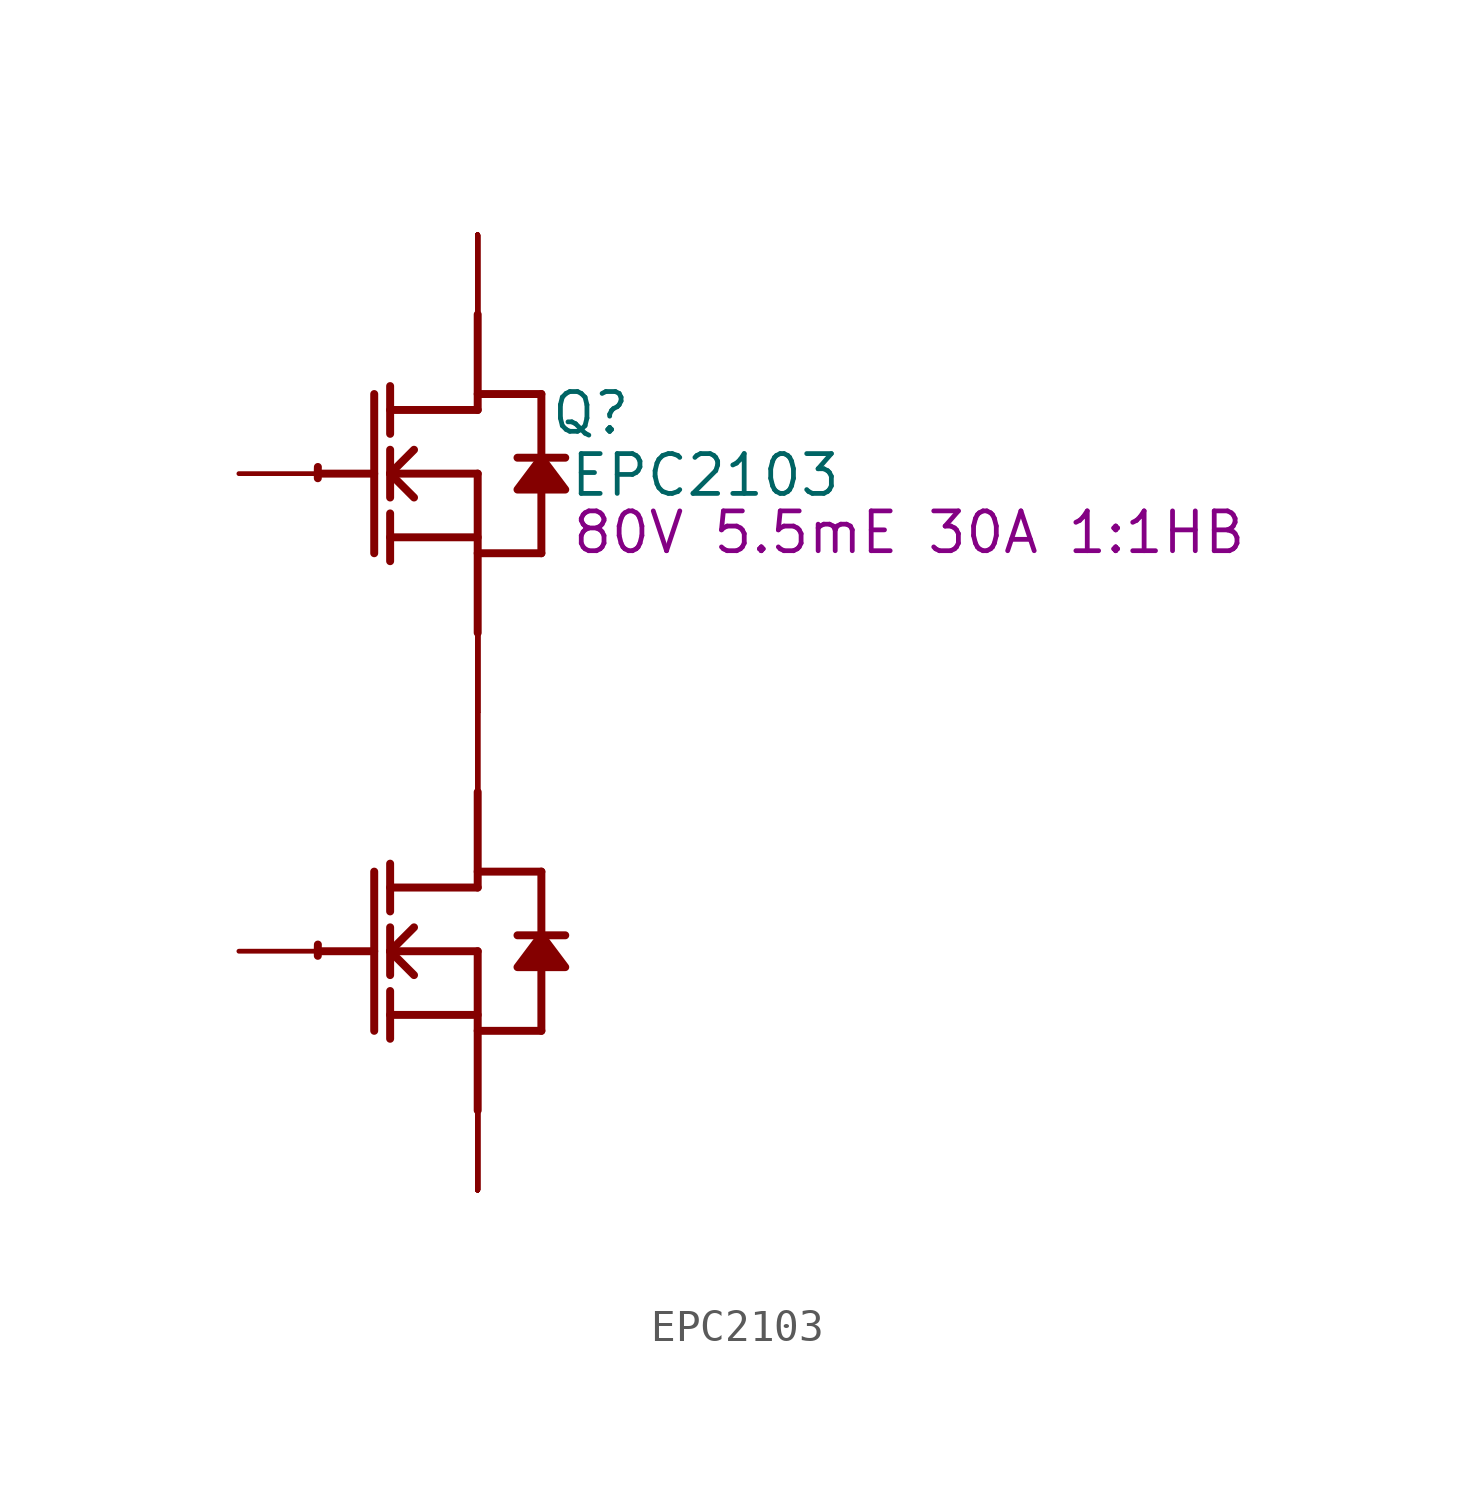
<source format=kicad_sym>
(kicad_symbol_lib
  (version 20231120)
  (generator "kicad_symbol_editor")
  (generator_version "8.0")
  (symbol "EPC2103"
    (property "Reference" "Q"
      (at 3.607 1.93 0)
      (effects (font (size 1.27 1.27))))
    (property "Value" "EPC2103"
      (at 7.264 -0.051 0)
      (effects (font (size 1.27 1.27))))
    (property "Description" "80V 5.5mE 30A 1:1HB"
      (at 13.767 -1.88 0)
      (effects (font (size 1.27 1.27))))
    (symbol "EPC2103_1_0"
      (arc (start -5.0996 -15.0272) (mid -5.1039 -15.2069) (end -5.1019 -15.3867) (stroke (width 0.254) (type solid)) (fill (type none)))
      (arc (start -5.0996 0.2128) (mid -5.1039 0.0331) (end -5.1019 -0.1467) (stroke (width 0.254) (type solid)) (fill (type none)))
      (polyline (pts (xy -5.08 -15.24) (xy -3.302 -15.24)) (stroke (width 0.254) (type solid)) (fill (type none)))
      (polyline (pts (xy -5.08 0) (xy -3.302 0)) (stroke (width 0.254) (type solid)) (fill (type none)))
      (polyline (pts (xy -3.302 -12.7) (xy -3.302 -17.78)) (stroke (width 0.254) (type solid)) (fill (type none)))
      (polyline (pts (xy -3.302 2.54) (xy -3.302 -2.54)) (stroke (width 0.254) (type solid)) (fill (type none)))
      (polyline (pts (xy -2.794 -18.034) (xy -2.794 -16.51)) (stroke (width 0.254) (type solid)) (fill (type none)))
      (polyline (pts (xy -2.794 -17.272) (xy 0 -17.272)) (stroke (width 0.254) (type solid)) (fill (type none)))
      (polyline (pts (xy -2.794 -16.002) (xy -2.794 -14.478)) (stroke (width 0.254) (type solid)) (fill (type none)))
      (polyline (pts (xy -2.794 -15.24) (xy -2.032 -14.478)) (stroke (width 0.254) (type solid)) (fill (type none)))
      (polyline (pts (xy -2.794 -15.24) (xy 0 -15.24)) (stroke (width 0.254) (type solid)) (fill (type none)))
      (polyline (pts (xy -2.794 -13.97) (xy -2.794 -12.446)) (stroke (width 0.254) (type solid)) (fill (type none)))
      (polyline (pts (xy -2.794 -2.794) (xy -2.794 -1.27)) (stroke (width 0.254) (type solid)) (fill (type none)))
      (polyline (pts (xy -2.794 -2.032) (xy 0 -2.032)) (stroke (width 0.254) (type solid)) (fill (type none)))
      (polyline (pts (xy -2.794 -0.762) (xy -2.794 0.762)) (stroke (width 0.254) (type solid)) (fill (type none)))
      (polyline (pts (xy -2.794 0) (xy -2.032 0.762)) (stroke (width 0.254) (type solid)) (fill (type none)))
      (polyline (pts (xy -2.794 0) (xy 0 0)) (stroke (width 0.254) (type solid)) (fill (type none)))
      (polyline (pts (xy -2.794 1.27) (xy -2.794 2.794)) (stroke (width 0.254) (type solid)) (fill (type none)))
      (polyline (pts (xy -2.032 -16.002) (xy -2.794 -15.24)) (stroke (width 0.254) (type solid)) (fill (type none)))
      (polyline (pts (xy -2.032 -0.762) (xy -2.794 0)) (stroke (width 0.254) (type solid)) (fill (type none)))
      (polyline (pts (xy 0 -17.78) (xy 2.032 -17.78)) (stroke (width 0.254) (type solid)) (fill (type none)))
      (polyline (pts (xy 0 -15.24) (xy 0 -20.32)) (stroke (width 0.254) (type solid)) (fill (type none)))
      (polyline (pts (xy 0 -13.208) (xy -2.794 -13.208)) (stroke (width 0.254) (type solid)) (fill (type none)))
      (polyline (pts (xy 0 -13.208) (xy 0 -10.16)) (stroke (width 0.254) (type solid)) (fill (type none)))
      (polyline (pts (xy 0 -12.7) (xy 2.032 -12.7)) (stroke (width 0.254) (type solid)) (fill (type none)))
      (polyline (pts (xy 0 -2.54) (xy 2.032 -2.54)) (stroke (width 0.254) (type solid)) (fill (type none)))
      (polyline (pts (xy 0 0) (xy 0 -5.08)) (stroke (width 0.254) (type solid)) (fill (type none)))
      (polyline (pts (xy 0 2.032) (xy -2.794 2.032)) (stroke (width 0.254) (type solid)) (fill (type none)))
      (polyline (pts (xy 0 2.032) (xy 0 5.08)) (stroke (width 0.254) (type solid)) (fill (type none)))
      (polyline (pts (xy 0 2.54) (xy 2.032 2.54)) (stroke (width 0.254) (type solid)) (fill (type none)))
      (polyline (pts (xy 2.032 -15.748) (xy 2.032 -17.78)) (stroke (width 0.254) (type solid)) (fill (type none)))
      (polyline (pts (xy 2.032 -12.7) (xy 2.032 -14.732)) (stroke (width 0.254) (type solid)) (fill (type none)))
      (polyline (pts (xy 2.032 -0.508) (xy 2.032 -2.54)) (stroke (width 0.254) (type solid)) (fill (type none)))
      (polyline (pts (xy 2.032 2.54) (xy 2.032 0.508)) (stroke (width 0.254) (type solid)) (fill (type none)))
      (polyline (pts (xy 2.794 -14.732) (xy 1.27 -14.732)) (stroke (width 0.254) (type solid)) (fill (type none)))
      (polyline (pts (xy 2.794 0.508) (xy 1.27 0.508)) (stroke (width 0.254) (type solid)) (fill (type none)))
      (polyline (pts (xy 2.032 -14.732) (xy 1.27 -15.748) (xy 2.794 -15.748) (xy 2.032 -14.732)) (stroke (width 0.254) (type solid)) (fill (type outline)))
      (polyline (pts (xy 2.032 0.508) (xy 1.27 -0.508) (xy 2.794 -0.508) (xy 2.032 0.508)) (stroke (width 0.254) (type solid)) (fill (type outline)))
      (pin open_collector line (at 0 7.62 270) (length 2.54) (name "D1" (effects (font (size 0 0)))) (number "1" (effects (font (size 0 0)))))
      (pin open_collector line (at 0 -7.62 270) (length 2.54) (name "D2" (effects (font (size 0 0)))) (number "10" (effects (font (size 0 0)))))
      (pin open_collector line (at 0 7.62 270) (length 2.54) (name "D1" (effects (font (size 0 0)))) (number "11" (effects (font (size 0 0)))))
      (pin open_emitter line (at 0 7.62 270) (length 2.54) (name "D1" (effects (font (size 0 0)))) (number "12" (effects (font (size 0 0)))))
      (pin open_emitter line (at 0 7.62 270) (length 2.54) (name "D1" (effects (font (size 0 0)))) (number "13" (effects (font (size 0 0)))))
      (pin open_emitter line (at 0 -22.86 90) (length 2.54) (name "S2" (effects (font (size 0 0)))) (number "14" (effects (font (size 0 0)))))
      (pin open_emitter line (at 0 -22.86 90) (length 2.54) (name "S2" (effects (font (size 0 0)))) (number "15" (effects (font (size 0 0)))))
      (pin open_emitter line (at 0 -7.62 90) (length 2.54) (name "S1" (effects (font (size 0 0)))) (number "16" (effects (font (size 0 0)))))
      (pin open_collector line (at 0 -7.62 90) (length 2.54) (name "S1" (effects (font (size 0 0)))) (number "17" (effects (font (size 0 0)))))
      (pin open_collector line (at 0 -7.62 90) (length 2.54) (name "S1" (effects (font (size 0 0)))) (number "18" (effects (font (size 0 0)))))
      (pin open_collector line (at 0 -7.62 270) (length 2.54) (name "D2" (effects (font (size 0 0)))) (number "19" (effects (font (size 0 0)))))
      (pin passive line (at -7.62 0 0) (length 2.54) (name "G1" (effects (font (size 0 0)))) (number "2" (effects (font (size 0 0)))))
      (pin open_collector line (at 0 -7.62 270) (length 2.54) (name "D2" (effects (font (size 0 0)))) (number "20" (effects (font (size 0 0)))))
      (pin open_collector line (at 0 7.62 270) (length 2.54) (name "D1" (effects (font (size 0 0)))) (number "21" (effects (font (size 0 0)))))
      (pin open_emitter line (at 0 7.62 270) (length 2.54) (name "D1" (effects (font (size 0 0)))) (number "22" (effects (font (size 0 0)))))
      (pin open_emitter line (at 0 7.62 270) (length 2.54) (name "D1" (effects (font (size 0 0)))) (number "23" (effects (font (size 0 0)))))
      (pin open_emitter line (at 0 -22.86 90) (length 2.54) (name "S2" (effects (font (size 0 0)))) (number "24" (effects (font (size 0 0)))))
      (pin open_emitter line (at 0 -22.86 90) (length 2.54) (name "S2" (effects (font (size 0 0)))) (number "25" (effects (font (size 0 0)))))
      (pin open_emitter line (at 0 -7.62 90) (length 2.54) (name "S1" (effects (font (size 0 0)))) (number "26" (effects (font (size 0 0)))))
      (pin open_collector line (at 0 -7.62 90) (length 2.54) (name "S1" (effects (font (size 0 0)))) (number "27" (effects (font (size 0 0)))))
      (pin open_collector line (at 0 -7.62 90) (length 2.54) (name "S1" (effects (font (size 0 0)))) (number "28" (effects (font (size 0 0)))))
      (pin open_collector line (at 0 -7.62 270) (length 2.54) (name "D2" (effects (font (size 0 0)))) (number "29" (effects (font (size 0 0)))))
      (pin passive line (at 0 -7.62 90) (length 2.54) (name "SG1" (effects (font (size 0 0)))) (number "3" (effects (font (size 0 0)))))
      (pin open_collector line (at 0 -7.62 270) (length 2.54) (name "D2" (effects (font (size 0 0)))) (number "30" (effects (font (size 0 0)))))
      (pin open_collector line (at 0 7.62 270) (length 2.54) (name "D1" (effects (font (size 0 0)))) (number "31" (effects (font (size 0 0)))))
      (pin open_emitter line (at 0 7.62 270) (length 2.54) (name "D1" (effects (font (size 0 0)))) (number "32" (effects (font (size 0 0)))))
      (pin open_emitter line (at 0 7.62 270) (length 2.54) (name "D1" (effects (font (size 0 0)))) (number "33" (effects (font (size 0 0)))))
      (pin open_emitter line (at 0 -22.86 90) (length 2.54) (name "S2" (effects (font (size 0 0)))) (number "34" (effects (font (size 0 0)))))
      (pin open_emitter line (at 0 -22.86 90) (length 2.54) (name "S2" (effects (font (size 0 0)))) (number "35" (effects (font (size 0 0)))))
      (pin open_emitter line (at 0 -7.62 90) (length 2.54) (name "S1" (effects (font (size 0 0)))) (number "36" (effects (font (size 0 0)))))
      (pin open_collector line (at 0 -7.62 90) (length 2.54) (name "S1" (effects (font (size 0 0)))) (number "37" (effects (font (size 0 0)))))
      (pin open_collector line (at 0 -7.62 90) (length 2.54) (name "S1" (effects (font (size 0 0)))) (number "38" (effects (font (size 0 0)))))
      (pin open_collector line (at 0 -7.62 270) (length 2.54) (name "D2" (effects (font (size 0 0)))) (number "39" (effects (font (size 0 0)))))
      (pin passive line (at -7.62 -15.24 0) (length 2.54) (name "G2" (effects (font (size 0 0)))) (number "4" (effects (font (size 0 0)))))
      (pin open_collector line (at 0 -7.62 270) (length 2.54) (name "D2" (effects (font (size 0 0)))) (number "40" (effects (font (size 0 0)))))
      (pin open_collector line (at 0 7.62 270) (length 2.54) (name "D1" (effects (font (size 0 0)))) (number "41" (effects (font (size 0 0)))))
      (pin open_emitter line (at 0 7.62 270) (length 2.54) (name "D1" (effects (font (size 0 0)))) (number "42" (effects (font (size 0 0)))))
      (pin open_emitter line (at 0 -22.86 90) (length 2.54) (name "S2" (effects (font (size 0 0)))) (number "43" (effects (font (size 0 0)))))
      (pin open_emitter line (at 0 -22.86 90) (length 2.54) (name "S2" (effects (font (size 0 0)))) (number "44" (effects (font (size 0 0)))))
      (pin open_emitter line (at 0 -22.86 90) (length 2.54) (name "S2" (effects (font (size 0 0)))) (number "45" (effects (font (size 0 0)))))
      (pin open_emitter line (at 0 -7.62 90) (length 2.54) (name "S1" (effects (font (size 0 0)))) (number "46" (effects (font (size 0 0)))))
      (pin open_collector line (at 0 -7.62 90) (length 2.54) (name "S1" (effects (font (size 0 0)))) (number "47" (effects (font (size 0 0)))))
      (pin open_collector line (at 0 -7.62 90) (length 2.54) (name "S1" (effects (font (size 0 0)))) (number "48" (effects (font (size 0 0)))))
      (pin open_collector line (at 0 -7.62 270) (length 2.54) (name "D2" (effects (font (size 0 0)))) (number "49" (effects (font (size 0 0)))))
      (pin open_emitter line (at 0 -22.86 90) (length 2.54) (name "S2" (effects (font (size 0 0)))) (number "5" (effects (font (size 0 0)))))
      (pin open_collector line (at 0 -7.62 270) (length 2.54) (name "D2" (effects (font (size 0 0)))) (number "50" (effects (font (size 0 0)))))
      (pin open_collector line (at 0 7.62 270) (length 2.54) (name "D1" (effects (font (size 0 0)))) (number "51" (effects (font (size 0 0)))))
      (pin open_emitter line (at 0 7.62 270) (length 2.54) (name "D1" (effects (font (size 0 0)))) (number "52" (effects (font (size 0 0)))))
      (pin open_emitter line (at 0 -22.86 90) (length 2.54) (name "S2" (effects (font (size 0 0)))) (number "53" (effects (font (size 0 0)))))
      (pin open_emitter line (at 0 -22.86 90) (length 2.54) (name "S2" (effects (font (size 0 0)))) (number "54" (effects (font (size 0 0)))))
      (pin open_emitter line (at 0 -22.86 90) (length 2.54) (name "S2" (effects (font (size 0 0)))) (number "55" (effects (font (size 0 0)))))
      (pin open_emitter line (at 0 -7.62 90) (length 2.54) (name "S1" (effects (font (size 0 0)))) (number "56" (effects (font (size 0 0)))))
      (pin open_collector line (at 0 -7.62 90) (length 2.54) (name "S1" (effects (font (size 0 0)))) (number "57" (effects (font (size 0 0)))))
      (pin open_collector line (at 0 -7.62 90) (length 2.54) (name "S1" (effects (font (size 0 0)))) (number "58" (effects (font (size 0 0)))))
      (pin open_collector line (at 0 -7.62 270) (length 2.54) (name "D2" (effects (font (size 0 0)))) (number "59" (effects (font (size 0 0)))))
      (pin open_emitter line (at 0 -7.62 90) (length 2.54) (name "S1" (effects (font (size 0 0)))) (number "6" (effects (font (size 0 0)))))
      (pin open_collector line (at 0 -7.62 270) (length 2.54) (name "D2" (effects (font (size 0 0)))) (number "60" (effects (font (size 0 0)))))
      (pin open_collector line (at 0 7.62 270) (length 2.54) (name "D1" (effects (font (size 0 0)))) (number "61" (effects (font (size 0 0)))))
      (pin open_emitter line (at 0 7.62 270) (length 2.54) (name "D1" (effects (font (size 0 0)))) (number "62" (effects (font (size 0 0)))))
      (pin open_emitter line (at 0 -22.86 90) (length 2.54) (name "S2" (effects (font (size 0 0)))) (number "63" (effects (font (size 0 0)))))
      (pin open_emitter line (at 0 -22.86 90) (length 2.54) (name "S2" (effects (font (size 0 0)))) (number "64" (effects (font (size 0 0)))))
      (pin open_emitter line (at 0 -22.86 90) (length 2.54) (name "S2" (effects (font (size 0 0)))) (number "65" (effects (font (size 0 0)))))
      (pin open_emitter line (at 0 -7.62 90) (length 2.54) (name "S1" (effects (font (size 0 0)))) (number "66" (effects (font (size 0 0)))))
      (pin open_collector line (at 0 -7.62 90) (length 2.54) (name "S1" (effects (font (size 0 0)))) (number "67" (effects (font (size 0 0)))))
      (pin open_collector line (at 0 -7.62 90) (length 2.54) (name "S1" (effects (font (size 0 0)))) (number "68" (effects (font (size 0 0)))))
      (pin open_collector line (at 0 -7.62 270) (length 2.54) (name "D2" (effects (font (size 0 0)))) (number "69" (effects (font (size 0 0)))))
      (pin open_collector line (at 0 -7.62 90) (length 2.54) (name "S1" (effects (font (size 0 0)))) (number "7" (effects (font (size 0 0)))))
      (pin open_collector line (at 0 -7.62 270) (length 2.54) (name "D2" (effects (font (size 0 0)))) (number "70" (effects (font (size 0 0)))))
      (pin open_collector line (at 0 7.62 270) (length 2.54) (name "D1" (effects (font (size 0 0)))) (number "71" (effects (font (size 0 0)))))
      (pin open_emitter line (at 0 7.62 270) (length 2.54) (name "D1" (effects (font (size 0 0)))) (number "72" (effects (font (size 0 0)))))
      (pin open_emitter line (at 0 -22.86 90) (length 2.54) (name "S2" (effects (font (size 0 0)))) (number "73" (effects (font (size 0 0)))))
      (pin open_emitter line (at 0 -22.86 90) (length 2.54) (name "S2" (effects (font (size 0 0)))) (number "74" (effects (font (size 0 0)))))
      (pin open_emitter line (at 0 -22.86 90) (length 2.54) (name "S2" (effects (font (size 0 0)))) (number "75" (effects (font (size 0 0)))))
      (pin open_collector line (at 0 -7.62 90) (length 2.54) (name "S1" (effects (font (size 0 0)))) (number "8" (effects (font (size 0 0)))))
      (pin open_collector line (at 0 -7.62 270) (length 2.54) (name "D2" (effects (font (size 0 0)))) (number "9" (effects (font (size 0 0))))))))
</source>
